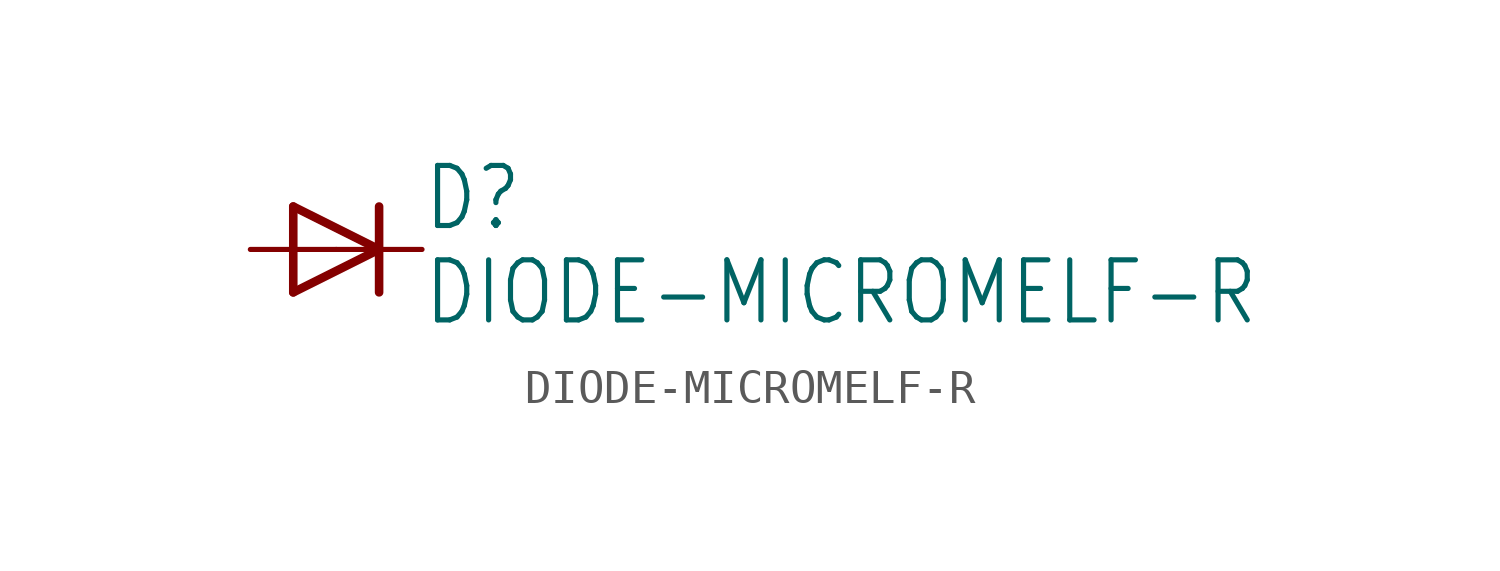
<source format=kicad_sym>
(kicad_symbol_lib
  (version 20211014)
  (generator kicad_symbol_editor)
  (symbol "DIODE-MICROMELF-R"
    (property "Reference" "D"
      (at 2.54 0.483 0)
      (effects (font (size 1.778 1.511)) (justify left bottom)))
    (property "Value" "DIODE-MICROMELF-R"
      (at 2.54 -2.311 0)
      (effects (font (size 1.778 1.511)) (justify left bottom)))
    (property "ki_locked" ""
      (at 0 0 0)
      (effects (font (size 1.27 1.27))))
    (symbol "DIODE-MICROMELF-R_1_0"
      (polyline (pts (xy -1.27 -1.27) (xy 1.27 0)) (stroke (width 0.254) (type default) (color 0 0 0 0)) (fill (type none)))
      (polyline (pts (xy -1.27 1.27) (xy -1.27 -1.27)) (stroke (width 0.254) (type default) (color 0 0 0 0)) (fill (type none)))
      (polyline (pts (xy 1.27 0) (xy -1.27 1.27)) (stroke (width 0.254) (type default) (color 0 0 0 0)) (fill (type none)))
      (polyline (pts (xy 1.27 0) (xy 1.27 -1.27)) (stroke (width 0.254) (type default) (color 0 0 0 0)) (fill (type none)))
      (polyline (pts (xy 1.27 1.27) (xy 1.27 0)) (stroke (width 0.254) (type default) (color 0 0 0 0)) (fill (type none)))
      (pin passive line (at -2.54 0 0) (length 2.54) (name "A" (effects (font (size 0 0)))) (number "A" (effects (font (size 0 0)))))
      (pin passive line (at 2.54 0 180) (length 2.54) (name "C" (effects (font (size 0 0)))) (number "C" (effects (font (size 0 0))))))))
</source>
